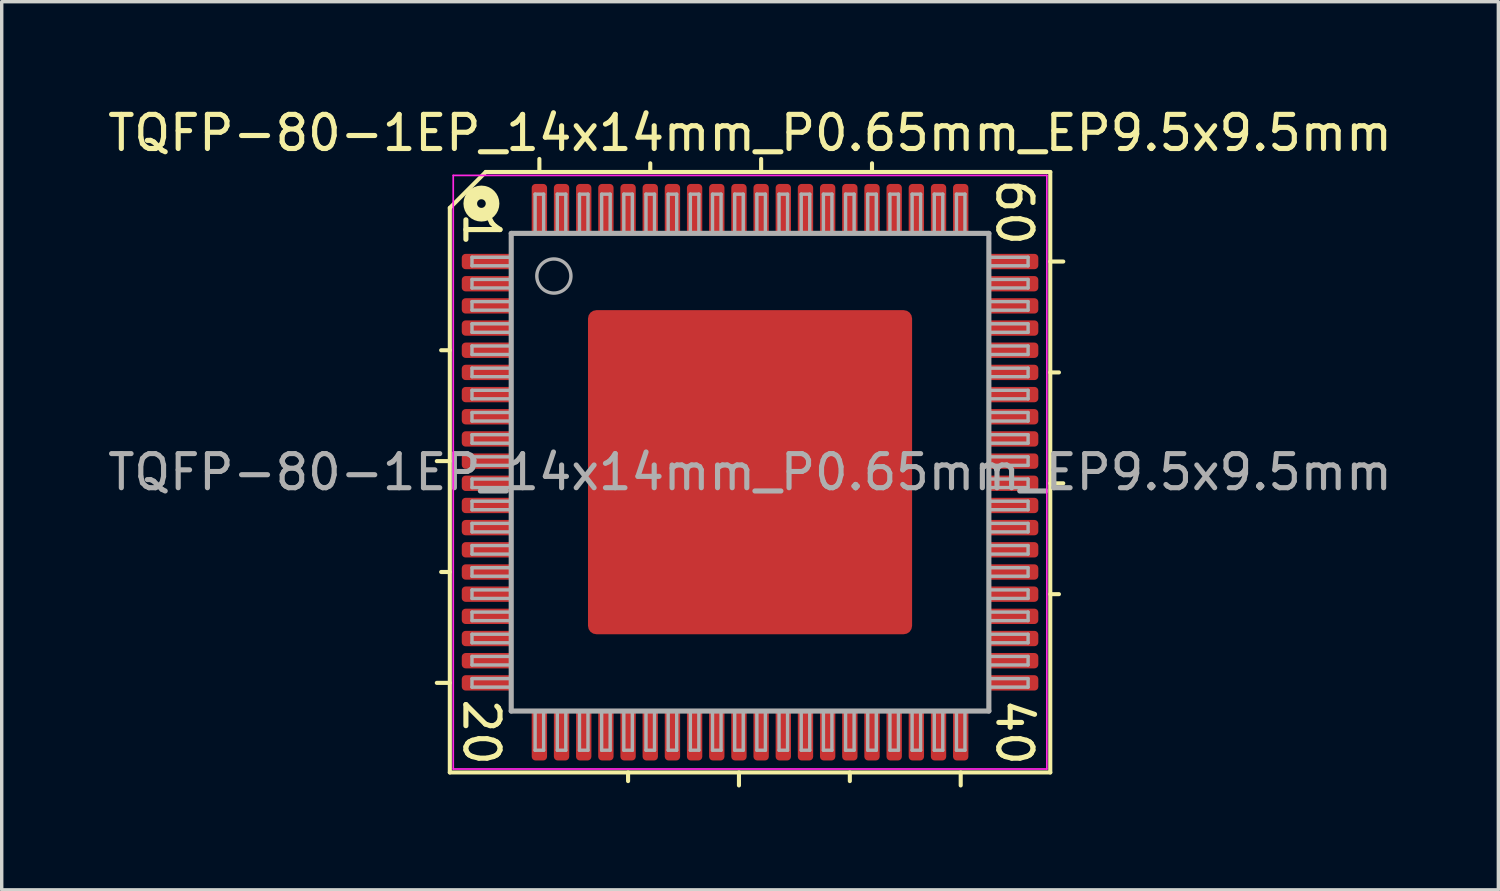
<source format=kicad_pcb>
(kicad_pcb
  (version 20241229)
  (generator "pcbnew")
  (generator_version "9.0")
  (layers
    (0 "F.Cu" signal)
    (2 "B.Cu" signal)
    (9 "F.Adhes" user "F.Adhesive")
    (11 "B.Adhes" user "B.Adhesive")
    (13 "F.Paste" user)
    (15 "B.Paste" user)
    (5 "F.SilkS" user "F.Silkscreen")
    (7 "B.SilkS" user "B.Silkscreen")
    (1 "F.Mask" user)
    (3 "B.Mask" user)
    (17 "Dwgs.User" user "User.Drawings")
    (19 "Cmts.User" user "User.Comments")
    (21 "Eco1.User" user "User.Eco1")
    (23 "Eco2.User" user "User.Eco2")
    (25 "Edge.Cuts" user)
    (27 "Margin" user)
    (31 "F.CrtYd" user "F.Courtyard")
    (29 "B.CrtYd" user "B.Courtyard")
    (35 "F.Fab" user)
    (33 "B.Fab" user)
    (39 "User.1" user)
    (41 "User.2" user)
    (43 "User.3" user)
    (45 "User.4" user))
  (footprint "TQFP-80-1EP_14x14mm_P0.65mm_EP9.5x9.5mm"
    (layer "F.Cu")
    (at 18.935 10.791)
    (property "Reference" "TQFP-80-1EP_14x14mm_P0.65mm_EP9.5x9.5mm" (at 0 -9.943 0) (layer "F.SilkS") (effects (font (size 1 1) (thickness 0.15))))
    (attr smd)
    (fp_line (start -8.8 -7.747) (end -8.8 8.8) (stroke (width 0.12) (type solid)) (layer "F.SilkS"))
    (fp_line (start -8.8 -3.575) (end -9.054 -3.575) (stroke (width 0.12) (type solid)) (layer "F.SilkS"))
    (fp_line (start -8.8 -0.325) (end -9.181 -0.325) (stroke (width 0.12) (type solid)) (layer "F.SilkS"))
    (fp_line (start -8.8 2.925) (end -9.054 2.925) (stroke (width 0.12) (type solid)) (layer "F.SilkS"))
    (fp_line (start -8.8 6.175) (end -9.181 6.175) (stroke (width 0.12) (type solid)) (layer "F.SilkS"))
    (fp_line (start -8.8 8.8) (end 8.8 8.8) (stroke (width 0.12) (type solid)) (layer "F.SilkS"))
    (fp_line (start -7.747 -8.8) (end -8.8 -7.747) (stroke (width 0.12) (type solid)) (layer "F.SilkS"))
    (fp_line (start -6.175 -8.8) (end -6.175 -9.181) (stroke (width 0.12) (type solid)) (layer "F.SilkS"))
    (fp_line (start -3.575 8.8) (end -3.575 9.054) (stroke (width 0.12) (type solid)) (layer "F.SilkS"))
    (fp_line (start -2.925 -8.8) (end -2.925 -9.054) (stroke (width 0.12) (type solid)) (layer "F.SilkS"))
    (fp_line (start -0.325 8.8) (end -0.325 9.181) (stroke (width 0.12) (type solid)) (layer "F.SilkS"))
    (fp_line (start 0.325 -8.8) (end 0.325 -9.181) (stroke (width 0.12) (type solid)) (layer "F.SilkS"))
    (fp_line (start 2.925 8.8) (end 2.925 9.054) (stroke (width 0.12) (type solid)) (layer "F.SilkS"))
    (fp_line (start 3.575 -8.8) (end 3.575 -9.054) (stroke (width 0.12) (type solid)) (layer "F.SilkS"))
    (fp_line (start 6.175 8.8) (end 6.175 9.181) (stroke (width 0.12) (type solid)) (layer "F.SilkS"))
    (fp_line (start 8.8 -8.8) (end -7.747 -8.8) (stroke (width 0.12) (type solid)) (layer "F.SilkS"))
    (fp_line (start 8.8 -6.175) (end 9.181 -6.175) (stroke (width 0.12) (type solid)) (layer "F.SilkS"))
    (fp_line (start 8.8 -2.925) (end 9.054 -2.925) (stroke (width 0.12) (type solid)) (layer "F.SilkS"))
    (fp_line (start 8.8 0.325) (end 9.181 0.325) (stroke (width 0.12) (type solid)) (layer "F.SilkS"))
    (fp_line (start 8.8 3.575) (end 9.054 3.575) (stroke (width 0.12) (type solid)) (layer "F.SilkS"))
    (fp_line (start 8.8 8.8) (end 8.8 -8.8) (stroke (width 0.12) (type solid)) (layer "F.SilkS"))
    (fp_circle (center -7.874 -7.874) (end -7.747 -7.874) (stroke (width 0.4) (type solid)) (fill no) (layer "F.SilkS"))
    (fp_line (start -8.7 -8.7) (end -8.7 8.7) (stroke (width 0.05) (type solid)) (layer "F.CrtYd"))
    (fp_line (start -8.7 -8.7) (end 8.7 -8.7) (stroke (width 0.05) (type solid)) (layer "F.CrtYd"))
    (fp_line (start -8.7 8.7) (end 8.7 8.7) (stroke (width 0.05) (type solid)) (layer "F.CrtYd"))
    (fp_line (start 8.7 -8.7) (end 8.7 8.7) (stroke (width 0.05) (type solid)) (layer "F.CrtYd"))
    (fp_line (start -8.15 -6.3) (end -8.15 -6.05) (stroke (width 0.1) (type solid)) (layer "F.Fab"))
    (fp_line (start -8.15 -6.3) (end -7 -6.3) (stroke (width 0.1) (type solid)) (layer "F.Fab"))
    (fp_line (start -8.15 -6.05) (end -7 -6.05) (stroke (width 0.1) (type solid)) (layer "F.Fab"))
    (fp_line (start -8.15 -5.65) (end -8.15 -5.4) (stroke (width 0.1) (type solid)) (layer "F.Fab"))
    (fp_line (start -8.15 -5.65) (end -7 -5.65) (stroke (width 0.1) (type solid)) (layer "F.Fab"))
    (fp_line (start -8.15 -5.4) (end -7 -5.4) (stroke (width 0.1) (type solid)) (layer "F.Fab"))
    (fp_line (start -8.15 -5) (end -8.15 -4.75) (stroke (width 0.1) (type solid)) (layer "F.Fab"))
    (fp_line (start -8.15 -5) (end -7 -5) (stroke (width 0.1) (type solid)) (layer "F.Fab"))
    (fp_line (start -8.15 -4.75) (end -7 -4.75) (stroke (width 0.1) (type solid)) (layer "F.Fab"))
    (fp_line (start -8.15 -4.35) (end -8.15 -4.1) (stroke (width 0.1) (type solid)) (layer "F.Fab"))
    (fp_line (start -8.15 -4.35) (end -7 -4.35) (stroke (width 0.1) (type solid)) (layer "F.Fab"))
    (fp_line (start -8.15 -4.1) (end -7 -4.1) (stroke (width 0.1) (type solid)) (layer "F.Fab"))
    (fp_line (start -8.15 -3.7) (end -8.15 -3.45) (stroke (width 0.1) (type solid)) (layer "F.Fab"))
    (fp_line (start -8.15 -3.7) (end -7 -3.7) (stroke (width 0.1) (type solid)) (layer "F.Fab"))
    (fp_line (start -8.15 -3.45) (end -7 -3.45) (stroke (width 0.1) (type solid)) (layer "F.Fab"))
    (fp_line (start -8.15 -3.05) (end -8.15 -2.8) (stroke (width 0.1) (type solid)) (layer "F.Fab"))
    (fp_line (start -8.15 -3.05) (end -7 -3.05) (stroke (width 0.1) (type solid)) (layer "F.Fab"))
    (fp_line (start -8.15 -2.8) (end -7 -2.8) (stroke (width 0.1) (type solid)) (layer "F.Fab"))
    (fp_line (start -8.15 -2.4) (end -8.15 -2.15) (stroke (width 0.1) (type solid)) (layer "F.Fab"))
    (fp_line (start -8.15 -2.4) (end -7 -2.4) (stroke (width 0.1) (type solid)) (layer "F.Fab"))
    (fp_line (start -8.15 -2.15) (end -7 -2.15) (stroke (width 0.1) (type solid)) (layer "F.Fab"))
    (fp_line (start -8.15 -1.75) (end -8.15 -1.5) (stroke (width 0.1) (type solid)) (layer "F.Fab"))
    (fp_line (start -8.15 -1.75) (end -7 -1.75) (stroke (width 0.1) (type solid)) (layer "F.Fab"))
    (fp_line (start -8.15 -1.5) (end -7 -1.5) (stroke (width 0.1) (type solid)) (layer "F.Fab"))
    (fp_line (start -8.15 -1.1) (end -8.15 -0.85) (stroke (width 0.1) (type solid)) (layer "F.Fab"))
    (fp_line (start -8.15 -1.1) (end -7 -1.1) (stroke (width 0.1) (type solid)) (layer "F.Fab"))
    (fp_line (start -8.15 -0.85) (end -7 -0.85) (stroke (width 0.1) (type solid)) (layer "F.Fab"))
    (fp_line (start -8.15 -0.45) (end -8.15 -0.2) (stroke (width 0.1) (type solid)) (layer "F.Fab"))
    (fp_line (start -8.15 -0.45) (end -7 -0.45) (stroke (width 0.1) (type solid)) (layer "F.Fab"))
    (fp_line (start -8.15 -0.2) (end -7 -0.2) (stroke (width 0.1) (type solid)) (layer "F.Fab"))
    (fp_line (start -8.15 0.2) (end -8.15 0.45) (stroke (width 0.1) (type solid)) (layer "F.Fab"))
    (fp_line (start -8.15 0.2) (end -7 0.2) (stroke (width 0.1) (type solid)) (layer "F.Fab"))
    (fp_line (start -8.15 0.45) (end -7 0.45) (stroke (width 0.1) (type solid)) (layer "F.Fab"))
    (fp_line (start -8.15 0.85) (end -8.15 1.1) (stroke (width 0.1) (type solid)) (layer "F.Fab"))
    (fp_line (start -8.15 0.85) (end -7 0.85) (stroke (width 0.1) (type solid)) (layer "F.Fab"))
    (fp_line (start -8.15 1.1) (end -7 1.1) (stroke (width 0.1) (type solid)) (layer "F.Fab"))
    (fp_line (start -8.15 1.5) (end -8.15 1.75) (stroke (width 0.1) (type solid)) (layer "F.Fab"))
    (fp_line (start -8.15 1.5) (end -7 1.5) (stroke (width 0.1) (type solid)) (layer "F.Fab"))
    (fp_line (start -8.15 1.75) (end -7 1.75) (stroke (width 0.1) (type solid)) (layer "F.Fab"))
    (fp_line (start -8.15 2.15) (end -8.15 2.4) (stroke (width 0.1) (type solid)) (layer "F.Fab"))
    (fp_line (start -8.15 2.15) (end -7 2.15) (stroke (width 0.1) (type solid)) (layer "F.Fab"))
    (fp_line (start -8.15 2.4) (end -7 2.4) (stroke (width 0.1) (type solid)) (layer "F.Fab"))
    (fp_line (start -8.15 2.8) (end -8.15 3.05) (stroke (width 0.1) (type solid)) (layer "F.Fab"))
    (fp_line (start -8.15 2.8) (end -7 2.8) (stroke (width 0.1) (type solid)) (layer "F.Fab"))
    (fp_line (start -8.15 3.05) (end -7 3.05) (stroke (width 0.1) (type solid)) (layer "F.Fab"))
    (fp_line (start -8.15 3.45) (end -8.15 3.7) (stroke (width 0.1) (type solid)) (layer "F.Fab"))
    (fp_line (start -8.15 3.45) (end -7 3.45) (stroke (width 0.1) (type solid)) (layer "F.Fab"))
    (fp_line (start -8.15 3.7) (end -7 3.7) (stroke (width 0.1) (type solid)) (layer "F.Fab"))
    (fp_line (start -8.15 4.1) (end -8.15 4.35) (stroke (width 0.1) (type solid)) (layer "F.Fab"))
    (fp_line (start -8.15 4.1) (end -7 4.1) (stroke (width 0.1) (type solid)) (layer "F.Fab"))
    (fp_line (start -8.15 4.35) (end -7 4.35) (stroke (width 0.1) (type solid)) (layer "F.Fab"))
    (fp_line (start -8.15 4.75) (end -8.15 5) (stroke (width 0.1) (type solid)) (layer "F.Fab"))
    (fp_line (start -8.15 4.75) (end -7 4.75) (stroke (width 0.1) (type solid)) (layer "F.Fab"))
    (fp_line (start -8.15 5) (end -7 5) (stroke (width 0.1) (type solid)) (layer "F.Fab"))
    (fp_line (start -8.15 5.4) (end -8.15 5.65) (stroke (width 0.1) (type solid)) (layer "F.Fab"))
    (fp_line (start -8.15 5.4) (end -7 5.4) (stroke (width 0.1) (type solid)) (layer "F.Fab"))
    (fp_line (start -8.15 5.65) (end -7 5.65) (stroke (width 0.1) (type solid)) (layer "F.Fab"))
    (fp_line (start -8.15 6.05) (end -8.15 6.3) (stroke (width 0.1) (type solid)) (layer "F.Fab"))
    (fp_line (start -8.15 6.05) (end -7 6.05) (stroke (width 0.1) (type solid)) (layer "F.Fab"))
    (fp_line (start -8.15 6.3) (end -7 6.3) (stroke (width 0.1) (type solid)) (layer "F.Fab"))
    (fp_line (start -7 -7) (end 7 -7) (stroke (width 0.15) (type solid)) (layer "F.Fab"))
    (fp_line (start -7 7) (end -7 -7) (stroke (width 0.15) (type solid)) (layer "F.Fab"))
    (fp_line (start -6.3 -8.15) (end -6.3 -7) (stroke (width 0.1) (type solid)) (layer "F.Fab"))
    (fp_line (start -6.3 8.15) (end -6.3 7) (stroke (width 0.1) (type solid)) (layer "F.Fab"))
    (fp_line (start -6.3 8.15) (end -6.05 8.15) (stroke (width 0.1) (type solid)) (layer "F.Fab"))
    (fp_line (start -6.05 -8.15) (end -6.3 -8.15) (stroke (width 0.1) (type solid)) (layer "F.Fab"))
    (fp_line (start -6.05 -8.15) (end -6.05 -7) (stroke (width 0.1) (type solid)) (layer "F.Fab"))
    (fp_line (start -6.05 8.15) (end -6.05 7) (stroke (width 0.1) (type solid)) (layer "F.Fab"))
    (fp_line (start -5.65 -8.15) (end -5.65 -7) (stroke (width 0.1) (type solid)) (layer "F.Fab"))
    (fp_line (start -5.65 8.15) (end -5.65 7) (stroke (width 0.1) (type solid)) (layer "F.Fab"))
    (fp_line (start -5.65 8.15) (end -5.4 8.15) (stroke (width 0.1) (type solid)) (layer "F.Fab"))
    (fp_line (start -5.4 -8.15) (end -5.65 -8.15) (stroke (width 0.1) (type solid)) (layer "F.Fab"))
    (fp_line (start -5.4 -8.15) (end -5.4 -7) (stroke (width 0.1) (type solid)) (layer "F.Fab"))
    (fp_line (start -5.4 8.15) (end -5.4 7) (stroke (width 0.1) (type solid)) (layer "F.Fab"))
    (fp_line (start -5 -8.15) (end -5 -7) (stroke (width 0.1) (type solid)) (layer "F.Fab"))
    (fp_line (start -5 8.15) (end -5 7) (stroke (width 0.1) (type solid)) (layer "F.Fab"))
    (fp_line (start -5 8.15) (end -4.75 8.15) (stroke (width 0.1) (type solid)) (layer "F.Fab"))
    (fp_line (start -4.75 -8.15) (end -5 -8.15) (stroke (width 0.1) (type solid)) (layer "F.Fab"))
    (fp_line (start -4.75 -8.15) (end -4.75 -7) (stroke (width 0.1) (type solid)) (layer "F.Fab"))
    (fp_line (start -4.75 8.15) (end -4.75 7) (stroke (width 0.1) (type solid)) (layer "F.Fab"))
    (fp_line (start -4.35 -8.15) (end -4.35 -7) (stroke (width 0.1) (type solid)) (layer "F.Fab"))
    (fp_line (start -4.35 8.15) (end -4.35 7) (stroke (width 0.1) (type solid)) (layer "F.Fab"))
    (fp_line (start -4.35 8.15) (end -4.1 8.15) (stroke (width 0.1) (type solid)) (layer "F.Fab"))
    (fp_line (start -4.1 -8.15) (end -4.35 -8.15) (stroke (width 0.1) (type solid)) (layer "F.Fab"))
    (fp_line (start -4.1 -8.15) (end -4.1 -7) (stroke (width 0.1) (type solid)) (layer "F.Fab"))
    (fp_line (start -4.1 8.15) (end -4.1 7) (stroke (width 0.1) (type solid)) (layer "F.Fab"))
    (fp_line (start -3.7 -8.15) (end -3.7 -7) (stroke (width 0.1) (type solid)) (layer "F.Fab"))
    (fp_line (start -3.7 8.15) (end -3.7 7) (stroke (width 0.1) (type solid)) (layer "F.Fab"))
    (fp_line (start -3.7 8.15) (end -3.45 8.15) (stroke (width 0.1) (type solid)) (layer "F.Fab"))
    (fp_line (start -3.45 -8.15) (end -3.7 -8.15) (stroke (width 0.1) (type solid)) (layer "F.Fab"))
    (fp_line (start -3.45 -8.15) (end -3.45 -7) (stroke (width 0.1) (type solid)) (layer "F.Fab"))
    (fp_line (start -3.45 8.15) (end -3.45 7) (stroke (width 0.1) (type solid)) (layer "F.Fab"))
    (fp_line (start -3.05 -8.15) (end -3.05 -7) (stroke (width 0.1) (type solid)) (layer "F.Fab"))
    (fp_line (start -3.05 8.15) (end -3.05 7) (stroke (width 0.1) (type solid)) (layer "F.Fab"))
    (fp_line (start -3.05 8.15) (end -2.8 8.15) (stroke (width 0.1) (type solid)) (layer "F.Fab"))
    (fp_line (start -2.8 -8.15) (end -3.05 -8.15) (stroke (width 0.1) (type solid)) (layer "F.Fab"))
    (fp_line (start -2.8 -8.15) (end -2.8 -7) (stroke (width 0.1) (type solid)) (layer "F.Fab"))
    (fp_line (start -2.8 8.15) (end -2.8 7) (stroke (width 0.1) (type solid)) (layer "F.Fab"))
    (fp_line (start -2.4 -8.15) (end -2.4 -7) (stroke (width 0.1) (type solid)) (layer "F.Fab"))
    (fp_line (start -2.4 8.15) (end -2.4 7) (stroke (width 0.1) (type solid)) (layer "F.Fab"))
    (fp_line (start -2.4 8.15) (end -2.15 8.15) (stroke (width 0.1) (type solid)) (layer "F.Fab"))
    (fp_line (start -2.15 -8.15) (end -2.4 -8.15) (stroke (width 0.1) (type solid)) (layer "F.Fab"))
    (fp_line (start -2.15 -8.15) (end -2.15 -7) (stroke (width 0.1) (type solid)) (layer "F.Fab"))
    (fp_line (start -2.15 8.15) (end -2.15 7) (stroke (width 0.1) (type solid)) (layer "F.Fab"))
    (fp_line (start -1.75 -8.15) (end -1.75 -7) (stroke (width 0.1) (type solid)) (layer "F.Fab"))
    (fp_line (start -1.75 8.15) (end -1.75 7) (stroke (width 0.1) (type solid)) (layer "F.Fab"))
    (fp_line (start -1.75 8.15) (end -1.5 8.15) (stroke (width 0.1) (type solid)) (layer "F.Fab"))
    (fp_line (start -1.5 -8.15) (end -1.75 -8.15) (stroke (width 0.1) (type solid)) (layer "F.Fab"))
    (fp_line (start -1.5 -8.15) (end -1.5 -7) (stroke (width 0.1) (type solid)) (layer "F.Fab"))
    (fp_line (start -1.5 8.15) (end -1.5 7) (stroke (width 0.1) (type solid)) (layer "F.Fab"))
    (fp_line (start -1.1 -8.15) (end -1.1 -7) (stroke (width 0.1) (type solid)) (layer "F.Fab"))
    (fp_line (start -1.1 8.15) (end -1.1 7) (stroke (width 0.1) (type solid)) (layer "F.Fab"))
    (fp_line (start -1.1 8.15) (end -0.85 8.15) (stroke (width 0.1) (type solid)) (layer "F.Fab"))
    (fp_line (start -0.85 -8.15) (end -1.1 -8.15) (stroke (width 0.1) (type solid)) (layer "F.Fab"))
    (fp_line (start -0.85 -8.15) (end -0.85 -7) (stroke (width 0.1) (type solid)) (layer "F.Fab"))
    (fp_line (start -0.85 8.15) (end -0.85 7) (stroke (width 0.1) (type solid)) (layer "F.Fab"))
    (fp_line (start -0.45 -8.15) (end -0.45 -7) (stroke (width 0.1) (type solid)) (layer "F.Fab"))
    (fp_line (start -0.45 8.15) (end -0.45 7) (stroke (width 0.1) (type solid)) (layer "F.Fab"))
    (fp_line (start -0.45 8.15) (end -0.2 8.15) (stroke (width 0.1) (type solid)) (layer "F.Fab"))
    (fp_line (start -0.2 -8.15) (end -0.45 -8.15) (stroke (width 0.1) (type solid)) (layer "F.Fab"))
    (fp_line (start -0.2 -8.15) (end -0.2 -7) (stroke (width 0.1) (type solid)) (layer "F.Fab"))
    (fp_line (start -0.2 8.15) (end -0.2 7) (stroke (width 0.1) (type solid)) (layer "F.Fab"))
    (fp_line (start 0.2 -8.15) (end 0.2 -7) (stroke (width 0.1) (type solid)) (layer "F.Fab"))
    (fp_line (start 0.2 8.15) (end 0.2 7) (stroke (width 0.1) (type solid)) (layer "F.Fab"))
    (fp_line (start 0.2 8.15) (end 0.45 8.15) (stroke (width 0.1) (type solid)) (layer "F.Fab"))
    (fp_line (start 0.45 -8.15) (end 0.2 -8.15) (stroke (width 0.1) (type solid)) (layer "F.Fab"))
    (fp_line (start 0.45 -8.15) (end 0.45 -7) (stroke (width 0.1) (type solid)) (layer "F.Fab"))
    (fp_line (start 0.45 8.15) (end 0.45 7) (stroke (width 0.1) (type solid)) (layer "F.Fab"))
    (fp_line (start 0.85 -8.15) (end 0.85 -7) (stroke (width 0.1) (type solid)) (layer "F.Fab"))
    (fp_line (start 0.85 8.15) (end 0.85 7) (stroke (width 0.1) (type solid)) (layer "F.Fab"))
    (fp_line (start 0.85 8.15) (end 1.1 8.15) (stroke (width 0.1) (type solid)) (layer "F.Fab"))
    (fp_line (start 1.1 -8.15) (end 0.85 -8.15) (stroke (width 0.1) (type solid)) (layer "F.Fab"))
    (fp_line (start 1.1 -8.15) (end 1.1 -7) (stroke (width 0.1) (type solid)) (layer "F.Fab"))
    (fp_line (start 1.1 8.15) (end 1.1 7) (stroke (width 0.1) (type solid)) (layer "F.Fab"))
    (fp_line (start 1.5 -8.15) (end 1.5 -7) (stroke (width 0.1) (type solid)) (layer "F.Fab"))
    (fp_line (start 1.5 8.15) (end 1.5 7) (stroke (width 0.1) (type solid)) (layer "F.Fab"))
    (fp_line (start 1.5 8.15) (end 1.75 8.15) (stroke (width 0.1) (type solid)) (layer "F.Fab"))
    (fp_line (start 1.75 -8.15) (end 1.5 -8.15) (stroke (width 0.1) (type solid)) (layer "F.Fab"))
    (fp_line (start 1.75 -8.15) (end 1.75 -7) (stroke (width 0.1) (type solid)) (layer "F.Fab"))
    (fp_line (start 1.75 8.15) (end 1.75 7) (stroke (width 0.1) (type solid)) (layer "F.Fab"))
    (fp_line (start 2.15 -8.15) (end 2.15 -7) (stroke (width 0.1) (type solid)) (layer "F.Fab"))
    (fp_line (start 2.15 8.15) (end 2.15 7) (stroke (width 0.1) (type solid)) (layer "F.Fab"))
    (fp_line (start 2.15 8.15) (end 2.4 8.15) (stroke (width 0.1) (type solid)) (layer "F.Fab"))
    (fp_line (start 2.4 -8.15) (end 2.15 -8.15) (stroke (width 0.1) (type solid)) (layer "F.Fab"))
    (fp_line (start 2.4 -8.15) (end 2.4 -7) (stroke (width 0.1) (type solid)) (layer "F.Fab"))
    (fp_line (start 2.4 8.15) (end 2.4 7) (stroke (width 0.1) (type solid)) (layer "F.Fab"))
    (fp_line (start 2.8 -8.15) (end 2.8 -7) (stroke (width 0.1) (type solid)) (layer "F.Fab"))
    (fp_line (start 2.8 8.15) (end 2.8 7) (stroke (width 0.1) (type solid)) (layer "F.Fab"))
    (fp_line (start 2.8 8.15) (end 3.05 8.15) (stroke (width 0.1) (type solid)) (layer "F.Fab"))
    (fp_line (start 3.05 -8.15) (end 2.8 -8.15) (stroke (width 0.1) (type solid)) (layer "F.Fab"))
    (fp_line (start 3.05 -8.15) (end 3.05 -7) (stroke (width 0.1) (type solid)) (layer "F.Fab"))
    (fp_line (start 3.05 8.15) (end 3.05 7) (stroke (width 0.1) (type solid)) (layer "F.Fab"))
    (fp_line (start 3.45 -8.15) (end 3.45 -7) (stroke (width 0.1) (type solid)) (layer "F.Fab"))
    (fp_line (start 3.45 8.15) (end 3.45 7) (stroke (width 0.1) (type solid)) (layer "F.Fab"))
    (fp_line (start 3.45 8.15) (end 3.7 8.15) (stroke (width 0.1) (type solid)) (layer "F.Fab"))
    (fp_line (start 3.7 -8.15) (end 3.45 -8.15) (stroke (width 0.1) (type solid)) (layer "F.Fab"))
    (fp_line (start 3.7 -8.15) (end 3.7 -7) (stroke (width 0.1) (type solid)) (layer "F.Fab"))
    (fp_line (start 3.7 8.15) (end 3.7 7) (stroke (width 0.1) (type solid)) (layer "F.Fab"))
    (fp_line (start 4.1 -8.15) (end 4.1 -7) (stroke (width 0.1) (type solid)) (layer "F.Fab"))
    (fp_line (start 4.1 8.15) (end 4.1 7) (stroke (width 0.1) (type solid)) (layer "F.Fab"))
    (fp_line (start 4.1 8.15) (end 4.35 8.15) (stroke (width 0.1) (type solid)) (layer "F.Fab"))
    (fp_line (start 4.35 -8.15) (end 4.1 -8.15) (stroke (width 0.1) (type solid)) (layer "F.Fab"))
    (fp_line (start 4.35 -8.15) (end 4.35 -7) (stroke (width 0.1) (type solid)) (layer "F.Fab"))
    (fp_line (start 4.35 8.15) (end 4.35 7) (stroke (width 0.1) (type solid)) (layer "F.Fab"))
    (fp_line (start 4.75 -8.15) (end 4.75 -7) (stroke (width 0.1) (type solid)) (layer "F.Fab"))
    (fp_line (start 4.75 8.15) (end 4.75 7) (stroke (width 0.1) (type solid)) (layer "F.Fab"))
    (fp_line (start 4.75 8.15) (end 5 8.15) (stroke (width 0.1) (type solid)) (layer "F.Fab"))
    (fp_line (start 5 -8.15) (end 4.75 -8.15) (stroke (width 0.1) (type solid)) (layer "F.Fab"))
    (fp_line (start 5 -8.15) (end 5 -7) (stroke (width 0.1) (type solid)) (layer "F.Fab"))
    (fp_line (start 5 8.15) (end 5 7) (stroke (width 0.1) (type solid)) (layer "F.Fab"))
    (fp_line (start 5.4 -8.15) (end 5.4 -7) (stroke (width 0.1) (type solid)) (layer "F.Fab"))
    (fp_line (start 5.4 8.15) (end 5.4 7) (stroke (width 0.1) (type solid)) (layer "F.Fab"))
    (fp_line (start 5.4 8.15) (end 5.65 8.15) (stroke (width 0.1) (type solid)) (layer "F.Fab"))
    (fp_line (start 5.65 -8.15) (end 5.4 -8.15) (stroke (width 0.1) (type solid)) (layer "F.Fab"))
    (fp_line (start 5.65 -8.15) (end 5.65 -7) (stroke (width 0.1) (type solid)) (layer "F.Fab"))
    (fp_line (start 5.65 8.15) (end 5.65 7) (stroke (width 0.1) (type solid)) (layer "F.Fab"))
    (fp_line (start 6.05 -8.15) (end 6.05 -7) (stroke (width 0.1) (type solid)) (layer "F.Fab"))
    (fp_line (start 6.05 8.15) (end 6.05 7) (stroke (width 0.1) (type solid)) (layer "F.Fab"))
    (fp_line (start 6.05 8.15) (end 6.3 8.15) (stroke (width 0.1) (type solid)) (layer "F.Fab"))
    (fp_line (start 6.3 -8.15) (end 6.05 -8.15) (stroke (width 0.1) (type solid)) (layer "F.Fab"))
    (fp_line (start 6.3 -8.15) (end 6.3 -7) (stroke (width 0.1) (type solid)) (layer "F.Fab"))
    (fp_line (start 6.3 8.15) (end 6.3 7) (stroke (width 0.1) (type solid)) (layer "F.Fab"))
    (fp_line (start 7 -7) (end 7 7) (stroke (width 0.15) (type solid)) (layer "F.Fab"))
    (fp_line (start 7 7) (end -7 7) (stroke (width 0.15) (type solid)) (layer "F.Fab"))
    (fp_line (start 8.15 -6.3) (end 7 -6.3) (stroke (width 0.1) (type solid)) (layer "F.Fab"))
    (fp_line (start 8.15 -6.05) (end 7 -6.05) (stroke (width 0.1) (type solid)) (layer "F.Fab"))
    (fp_line (start 8.15 -6.05) (end 8.15 -6.3) (stroke (width 0.1) (type solid)) (layer "F.Fab"))
    (fp_line (start 8.15 -5.65) (end 7 -5.65) (stroke (width 0.1) (type solid)) (layer "F.Fab"))
    (fp_line (start 8.15 -5.4) (end 7 -5.4) (stroke (width 0.1) (type solid)) (layer "F.Fab"))
    (fp_line (start 8.15 -5.4) (end 8.15 -5.65) (stroke (width 0.1) (type solid)) (layer "F.Fab"))
    (fp_line (start 8.15 -5) (end 7 -5) (stroke (width 0.1) (type solid)) (layer "F.Fab"))
    (fp_line (start 8.15 -4.75) (end 7 -4.75) (stroke (width 0.1) (type solid)) (layer "F.Fab"))
    (fp_line (start 8.15 -4.75) (end 8.15 -5) (stroke (width 0.1) (type solid)) (layer "F.Fab"))
    (fp_line (start 8.15 -4.35) (end 7 -4.35) (stroke (width 0.1) (type solid)) (layer "F.Fab"))
    (fp_line (start 8.15 -4.1) (end 7 -4.1) (stroke (width 0.1) (type solid)) (layer "F.Fab"))
    (fp_line (start 8.15 -4.1) (end 8.15 -4.35) (stroke (width 0.1) (type solid)) (layer "F.Fab"))
    (fp_line (start 8.15 -3.7) (end 7 -3.7) (stroke (width 0.1) (type solid)) (layer "F.Fab"))
    (fp_line (start 8.15 -3.45) (end 7 -3.45) (stroke (width 0.1) (type solid)) (layer "F.Fab"))
    (fp_line (start 8.15 -3.45) (end 8.15 -3.7) (stroke (width 0.1) (type solid)) (layer "F.Fab"))
    (fp_line (start 8.15 -3.05) (end 7 -3.05) (stroke (width 0.1) (type solid)) (layer "F.Fab"))
    (fp_line (start 8.15 -2.8) (end 7 -2.8) (stroke (width 0.1) (type solid)) (layer "F.Fab"))
    (fp_line (start 8.15 -2.8) (end 8.15 -3.05) (stroke (width 0.1) (type solid)) (layer "F.Fab"))
    (fp_line (start 8.15 -2.4) (end 7 -2.4) (stroke (width 0.1) (type solid)) (layer "F.Fab"))
    (fp_line (start 8.15 -2.15) (end 7 -2.15) (stroke (width 0.1) (type solid)) (layer "F.Fab"))
    (fp_line (start 8.15 -2.15) (end 8.15 -2.4) (stroke (width 0.1) (type solid)) (layer "F.Fab"))
    (fp_line (start 8.15 -1.75) (end 7 -1.75) (stroke (width 0.1) (type solid)) (layer "F.Fab"))
    (fp_line (start 8.15 -1.5) (end 7 -1.5) (stroke (width 0.1) (type solid)) (layer "F.Fab"))
    (fp_line (start 8.15 -1.5) (end 8.15 -1.75) (stroke (width 0.1) (type solid)) (layer "F.Fab"))
    (fp_line (start 8.15 -1.1) (end 7 -1.1) (stroke (width 0.1) (type solid)) (layer "F.Fab"))
    (fp_line (start 8.15 -0.85) (end 7 -0.85) (stroke (width 0.1) (type solid)) (layer "F.Fab"))
    (fp_line (start 8.15 -0.85) (end 8.15 -1.1) (stroke (width 0.1) (type solid)) (layer "F.Fab"))
    (fp_line (start 8.15 -0.45) (end 7 -0.45) (stroke (width 0.1) (type solid)) (layer "F.Fab"))
    (fp_line (start 8.15 -0.2) (end 7 -0.2) (stroke (width 0.1) (type solid)) (layer "F.Fab"))
    (fp_line (start 8.15 -0.2) (end 8.15 -0.45) (stroke (width 0.1) (type solid)) (layer "F.Fab"))
    (fp_line (start 8.15 0.2) (end 7 0.2) (stroke (width 0.1) (type solid)) (layer "F.Fab"))
    (fp_line (start 8.15 0.45) (end 7 0.45) (stroke (width 0.1) (type solid)) (layer "F.Fab"))
    (fp_line (start 8.15 0.45) (end 8.15 0.2) (stroke (width 0.1) (type solid)) (layer "F.Fab"))
    (fp_line (start 8.15 0.85) (end 7 0.85) (stroke (width 0.1) (type solid)) (layer "F.Fab"))
    (fp_line (start 8.15 1.1) (end 7 1.1) (stroke (width 0.1) (type solid)) (layer "F.Fab"))
    (fp_line (start 8.15 1.1) (end 8.15 0.85) (stroke (width 0.1) (type solid)) (layer "F.Fab"))
    (fp_line (start 8.15 1.5) (end 7 1.5) (stroke (width 0.1) (type solid)) (layer "F.Fab"))
    (fp_line (start 8.15 1.75) (end 7 1.75) (stroke (width 0.1) (type solid)) (layer "F.Fab"))
    (fp_line (start 8.15 1.75) (end 8.15 1.5) (stroke (width 0.1) (type solid)) (layer "F.Fab"))
    (fp_line (start 8.15 2.15) (end 7 2.15) (stroke (width 0.1) (type solid)) (layer "F.Fab"))
    (fp_line (start 8.15 2.4) (end 7 2.4) (stroke (width 0.1) (type solid)) (layer "F.Fab"))
    (fp_line (start 8.15 2.4) (end 8.15 2.15) (stroke (width 0.1) (type solid)) (layer "F.Fab"))
    (fp_line (start 8.15 2.8) (end 7 2.8) (stroke (width 0.1) (type solid)) (layer "F.Fab"))
    (fp_line (start 8.15 3.05) (end 7 3.05) (stroke (width 0.1) (type solid)) (layer "F.Fab"))
    (fp_line (start 8.15 3.05) (end 8.15 2.8) (stroke (width 0.1) (type solid)) (layer "F.Fab"))
    (fp_line (start 8.15 3.45) (end 7 3.45) (stroke (width 0.1) (type solid)) (layer "F.Fab"))
    (fp_line (start 8.15 3.7) (end 7 3.7) (stroke (width 0.1) (type solid)) (layer "F.Fab"))
    (fp_line (start 8.15 3.7) (end 8.15 3.45) (stroke (width 0.1) (type solid)) (layer "F.Fab"))
    (fp_line (start 8.15 4.1) (end 7 4.1) (stroke (width 0.1) (type solid)) (layer "F.Fab"))
    (fp_line (start 8.15 4.35) (end 7 4.35) (stroke (width 0.1) (type solid)) (layer "F.Fab"))
    (fp_line (start 8.15 4.35) (end 8.15 4.1) (stroke (width 0.1) (type solid)) (layer "F.Fab"))
    (fp_line (start 8.15 4.75) (end 7 4.75) (stroke (width 0.1) (type solid)) (layer "F.Fab"))
    (fp_line (start 8.15 5) (end 7 5) (stroke (width 0.1) (type solid)) (layer "F.Fab"))
    (fp_line (start 8.15 5) (end 8.15 4.75) (stroke (width 0.1) (type solid)) (layer "F.Fab"))
    (fp_line (start 8.15 5.4) (end 7 5.4) (stroke (width 0.1) (type solid)) (layer "F.Fab"))
    (fp_line (start 8.15 5.65) (end 7 5.65) (stroke (width 0.1) (type solid)) (layer "F.Fab"))
    (fp_line (start 8.15 5.65) (end 8.15 5.4) (stroke (width 0.1) (type solid)) (layer "F.Fab"))
    (fp_line (start 8.15 6.05) (end 7 6.05) (stroke (width 0.1) (type solid)) (layer "F.Fab"))
    (fp_line (start 8.15 6.3) (end 7 6.3) (stroke (width 0.1) (type solid)) (layer "F.Fab"))
    (fp_line (start 8.15 6.3) (end 8.15 6.05) (stroke (width 0.1) (type solid)) (layer "F.Fab"))
    (fp_circle (center -5.75 -5.75) (end -5.25 -5.75) (stroke (width 0.1) (type solid)) (fill no) (layer "F.Fab"))
    (fp_text user "1" (at -7.874 -7.112 270) (unlocked yes) (layer "F.SilkS") (effects (font (size 1 1) (thickness 0.15))))
    (fp_text user "40" (at 7.747 7.62 270) (unlocked yes) (layer "F.SilkS") (effects (font (size 1 1) (thickness 0.15))))
    (fp_text user "60" (at 7.747 -7.62 270) (unlocked yes) (layer "F.SilkS") (effects (font (size 1 1) (thickness 0.15))))
    (fp_text user "20" (at -7.874 7.62 270) (unlocked yes) (layer "F.SilkS") (effects (font (size 1 1) (thickness 0.15))))
    (fp_text user "${REFERENCE}" (at 0 0 0) (layer "F.Fab") (effects (font (size 1 1) (thickness 0.15))))
    (pad "" smd roundrect (at -3.8 -3.8) (size 1.6 1.6) (layers "F.Paste") (roundrect_rratio 0.25))
    (pad "" smd roundrect (at -3.8 -1.9) (size 1.6 1.6) (layers "F.Paste") (roundrect_rratio 0.25))
    (pad "" smd roundrect (at -3.8 0) (size 1.6 1.6) (layers "F.Paste") (roundrect_rratio 0.25))
    (pad "" smd roundrect (at -3.8 1.9) (size 1.6 1.6) (layers "F.Paste") (roundrect_rratio 0.25))
    (pad "" smd roundrect (at -3.8 3.8) (size 1.6 1.6) (layers "F.Paste") (roundrect_rratio 0.25))
    (pad "" smd roundrect (at -1.9 -3.8) (size 1.6 1.6) (layers "F.Paste") (roundrect_rratio 0.25))
    (pad "" smd roundrect (at -1.9 -1.9) (size 1.6 1.6) (layers "F.Paste") (roundrect_rratio 0.25))
    (pad "" smd roundrect (at -1.9 0) (size 1.6 1.6) (layers "F.Paste") (roundrect_rratio 0.25))
    (pad "" smd roundrect (at -1.9 1.9) (size 1.6 1.6) (layers "F.Paste") (roundrect_rratio 0.25))
    (pad "" smd roundrect (at -1.9 3.8) (size 1.6 1.6) (layers "F.Paste") (roundrect_rratio 0.25))
    (pad "" smd roundrect (at 0 -3.8) (size 1.6 1.6) (layers "F.Paste") (roundrect_rratio 0.25))
    (pad "" smd roundrect (at 0 -1.9) (size 1.6 1.6) (layers "F.Paste") (roundrect_rratio 0.25))
    (pad "" smd roundrect (at 0 0) (size 1.6 1.6) (layers "F.Paste") (roundrect_rratio 0.25))
    (pad "" smd roundrect (at 0 1.9) (size 1.6 1.6) (layers "F.Paste") (roundrect_rratio 0.25))
    (pad "" smd roundrect (at 0 3.8) (size 1.6 1.6) (layers "F.Paste") (roundrect_rratio 0.25))
    (pad "" smd roundrect (at 1.9 -3.8) (size 1.6 1.6) (layers "F.Paste") (roundrect_rratio 0.25))
    (pad "" smd roundrect (at 1.9 -1.9) (size 1.6 1.6) (layers "F.Paste") (roundrect_rratio 0.25))
    (pad "" smd roundrect (at 1.9 0) (size 1.6 1.6) (layers "F.Paste") (roundrect_rratio 0.25))
    (pad "" smd roundrect (at 1.9 1.9) (size 1.6 1.6) (layers "F.Paste") (roundrect_rratio 0.25))
    (pad "" smd roundrect (at 1.9 3.8) (size 1.6 1.6) (layers "F.Paste") (roundrect_rratio 0.25))
    (pad "" smd roundrect (at 3.8 -3.8) (size 1.6 1.6) (layers "F.Paste") (roundrect_rratio 0.25))
    (pad "" smd roundrect (at 3.8 -1.9) (size 1.6 1.6) (layers "F.Paste") (roundrect_rratio 0.25))
    (pad "" smd roundrect (at 3.8 0) (size 1.6 1.6) (layers "F.Paste") (roundrect_rratio 0.25))
    (pad "" smd roundrect (at 3.8 1.9) (size 1.6 1.6) (layers "F.Paste") (roundrect_rratio 0.25))
    (pad "" smd roundrect (at 3.8 3.8) (size 1.6 1.6) (layers "F.Paste") (roundrect_rratio 0.25))
    (pad "1" smd roundrect (at -7.7 -6.175) (size 1.5 0.45) (layers "F.Cu" "F.Mask" "F.Paste") (roundrect_rratio 0.25))
    (pad "2" smd roundrect (at -7.7 -5.525) (size 1.5 0.45) (layers "F.Cu" "F.Mask" "F.Paste") (roundrect_rratio 0.25))
    (pad "3" smd roundrect (at -7.7 -4.875) (size 1.5 0.45) (layers "F.Cu" "F.Mask" "F.Paste") (roundrect_rratio 0.25))
    (pad "4" smd roundrect (at -7.7 -4.225) (size 1.5 0.45) (layers "F.Cu" "F.Mask" "F.Paste") (roundrect_rratio 0.25))
    (pad "5" smd roundrect (at -7.7 -3.575) (size 1.5 0.45) (layers "F.Cu" "F.Mask" "F.Paste") (roundrect_rratio 0.25))
    (pad "6" smd roundrect (at -7.7 -2.925) (size 1.5 0.45) (layers "F.Cu" "F.Mask" "F.Paste") (roundrect_rratio 0.25))
    (pad "7" smd roundrect (at -7.7 -2.275) (size 1.5 0.45) (layers "F.Cu" "F.Mask" "F.Paste") (roundrect_rratio 0.25))
    (pad "8" smd roundrect (at -7.7 -1.625) (size 1.5 0.45) (layers "F.Cu" "F.Mask" "F.Paste") (roundrect_rratio 0.25))
    (pad "9" smd roundrect (at -7.7 -0.975) (size 1.5 0.45) (layers "F.Cu" "F.Mask" "F.Paste") (roundrect_rratio 0.25))
    (pad "10" smd roundrect (at -7.7 -0.325) (size 1.5 0.45) (layers "F.Cu" "F.Mask" "F.Paste") (roundrect_rratio 0.25))
    (pad "11" smd roundrect (at -7.7 0.325) (size 1.5 0.45) (layers "F.Cu" "F.Mask" "F.Paste") (roundrect_rratio 0.25))
    (pad "12" smd roundrect (at -7.7 0.975) (size 1.5 0.45) (layers "F.Cu" "F.Mask" "F.Paste") (roundrect_rratio 0.25))
    (pad "13" smd roundrect (at -7.7 1.625) (size 1.5 0.45) (layers "F.Cu" "F.Mask" "F.Paste") (roundrect_rratio 0.25))
    (pad "14" smd roundrect (at -7.7 2.275) (size 1.5 0.45) (layers "F.Cu" "F.Mask" "F.Paste") (roundrect_rratio 0.25))
    (pad "15" smd roundrect (at -7.7 2.925) (size 1.5 0.45) (layers "F.Cu" "F.Mask" "F.Paste") (roundrect_rratio 0.25))
    (pad "16" smd roundrect (at -7.7 3.575) (size 1.5 0.45) (layers "F.Cu" "F.Mask" "F.Paste") (roundrect_rratio 0.25))
    (pad "17" smd roundrect (at -7.7 4.225) (size 1.5 0.45) (layers "F.Cu" "F.Mask" "F.Paste") (roundrect_rratio 0.25))
    (pad "18" smd roundrect (at -7.7 4.875) (size 1.5 0.45) (layers "F.Cu" "F.Mask" "F.Paste") (roundrect_rratio 0.25))
    (pad "19" smd roundrect (at -7.7 5.525) (size 1.5 0.45) (layers "F.Cu" "F.Mask" "F.Paste") (roundrect_rratio 0.25))
    (pad "20" smd roundrect (at -7.7 6.175) (size 1.5 0.45) (layers "F.Cu" "F.Mask" "F.Paste") (roundrect_rratio 0.25))
    (pad "21" smd roundrect (at -6.175 7.7 90) (size 1.5 0.45) (layers "F.Cu" "F.Mask" "F.Paste") (roundrect_rratio 0.25))
    (pad "22" smd roundrect (at -5.525 7.7 90) (size 1.5 0.45) (layers "F.Cu" "F.Mask" "F.Paste") (roundrect_rratio 0.25))
    (pad "23" smd roundrect (at -4.875 7.7 90) (size 1.5 0.45) (layers "F.Cu" "F.Mask" "F.Paste") (roundrect_rratio 0.25))
    (pad "24" smd roundrect (at -4.225 7.7 90) (size 1.5 0.45) (layers "F.Cu" "F.Mask" "F.Paste") (roundrect_rratio 0.25))
    (pad "25" smd roundrect (at -3.575 7.7 90) (size 1.5 0.45) (layers "F.Cu" "F.Mask" "F.Paste") (roundrect_rratio 0.25))
    (pad "26" smd roundrect (at -2.925 7.7 90) (size 1.5 0.45) (layers "F.Cu" "F.Mask" "F.Paste") (roundrect_rratio 0.25))
    (pad "27" smd roundrect (at -2.275 7.7 90) (size 1.5 0.45) (layers "F.Cu" "F.Mask" "F.Paste") (roundrect_rratio 0.25))
    (pad "28" smd roundrect (at -1.625 7.7 90) (size 1.5 0.45) (layers "F.Cu" "F.Mask" "F.Paste") (roundrect_rratio 0.25))
    (pad "29" smd roundrect (at -0.975 7.7 90) (size 1.5 0.45) (layers "F.Cu" "F.Mask" "F.Paste") (roundrect_rratio 0.25))
    (pad "30" smd roundrect (at -0.325 7.7 90) (size 1.5 0.45) (layers "F.Cu" "F.Mask" "F.Paste") (roundrect_rratio 0.25))
    (pad "31" smd roundrect (at 0.325 7.7 90) (size 1.5 0.45) (layers "F.Cu" "F.Mask" "F.Paste") (roundrect_rratio 0.25))
    (pad "32" smd roundrect (at 0.975 7.7 90) (size 1.5 0.45) (layers "F.Cu" "F.Mask" "F.Paste") (roundrect_rratio 0.25))
    (pad "33" smd roundrect (at 1.625 7.7 90) (size 1.5 0.45) (layers "F.Cu" "F.Mask" "F.Paste") (roundrect_rratio 0.25))
    (pad "34" smd roundrect (at 2.275 7.7 90) (size 1.5 0.45) (layers "F.Cu" "F.Mask" "F.Paste") (roundrect_rratio 0.25))
    (pad "35" smd roundrect (at 2.925 7.7 90) (size 1.5 0.45) (layers "F.Cu" "F.Mask" "F.Paste") (roundrect_rratio 0.25))
    (pad "36" smd roundrect (at 3.575 7.7 90) (size 1.5 0.45) (layers "F.Cu" "F.Mask" "F.Paste") (roundrect_rratio 0.25))
    (pad "37" smd roundrect (at 4.225 7.7 90) (size 1.5 0.45) (layers "F.Cu" "F.Mask" "F.Paste") (roundrect_rratio 0.25))
    (pad "38" smd roundrect (at 4.875 7.7 90) (size 1.5 0.45) (layers "F.Cu" "F.Mask" "F.Paste") (roundrect_rratio 0.25))
    (pad "39" smd roundrect (at 5.525 7.7 90) (size 1.5 0.45) (layers "F.Cu" "F.Mask" "F.Paste") (roundrect_rratio 0.25))
    (pad "40" smd roundrect (at 6.175 7.7 90) (size 1.5 0.45) (layers "F.Cu" "F.Mask" "F.Paste") (roundrect_rratio 0.25))
    (pad "41" smd roundrect (at 7.7 6.175) (size 1.5 0.45) (layers "F.Cu" "F.Mask" "F.Paste") (roundrect_rratio 0.25))
    (pad "42" smd roundrect (at 7.7 5.525) (size 1.5 0.45) (layers "F.Cu" "F.Mask" "F.Paste") (roundrect_rratio 0.25))
    (pad "43" smd roundrect (at 7.7 4.875) (size 1.5 0.45) (layers "F.Cu" "F.Mask" "F.Paste") (roundrect_rratio 0.25))
    (pad "44" smd roundrect (at 7.7 4.225) (size 1.5 0.45) (layers "F.Cu" "F.Mask" "F.Paste") (roundrect_rratio 0.25))
    (pad "45" smd roundrect (at 7.7 3.575) (size 1.5 0.45) (layers "F.Cu" "F.Mask" "F.Paste") (roundrect_rratio 0.25))
    (pad "46" smd roundrect (at 7.7 2.925) (size 1.5 0.45) (layers "F.Cu" "F.Mask" "F.Paste") (roundrect_rratio 0.25))
    (pad "47" smd roundrect (at 7.7 2.275) (size 1.5 0.45) (layers "F.Cu" "F.Mask" "F.Paste") (roundrect_rratio 0.25))
    (pad "48" smd roundrect (at 7.7 1.625) (size 1.5 0.45) (layers "F.Cu" "F.Mask" "F.Paste") (roundrect_rratio 0.25))
    (pad "49" smd roundrect (at 7.7 0.975) (size 1.5 0.45) (layers "F.Cu" "F.Mask" "F.Paste") (roundrect_rratio 0.25))
    (pad "50" smd roundrect (at 7.7 0.325) (size 1.5 0.45) (layers "F.Cu" "F.Mask" "F.Paste") (roundrect_rratio 0.25))
    (pad "51" smd roundrect (at 7.7 -0.325) (size 1.5 0.45) (layers "F.Cu" "F.Mask" "F.Paste") (roundrect_rratio 0.25))
    (pad "52" smd roundrect (at 7.7 -0.975) (size 1.5 0.45) (layers "F.Cu" "F.Mask" "F.Paste") (roundrect_rratio 0.25))
    (pad "53" smd roundrect (at 7.7 -1.625) (size 1.5 0.45) (layers "F.Cu" "F.Mask" "F.Paste") (roundrect_rratio 0.25))
    (pad "54" smd roundrect (at 7.7 -2.275) (size 1.5 0.45) (layers "F.Cu" "F.Mask" "F.Paste") (roundrect_rratio 0.25))
    (pad "55" smd roundrect (at 7.7 -2.925) (size 1.5 0.45) (layers "F.Cu" "F.Mask" "F.Paste") (roundrect_rratio 0.25))
    (pad "56" smd roundrect (at 7.7 -3.575) (size 1.5 0.45) (layers "F.Cu" "F.Mask" "F.Paste") (roundrect_rratio 0.25))
    (pad "57" smd roundrect (at 7.7 -4.225) (size 1.5 0.45) (layers "F.Cu" "F.Mask" "F.Paste") (roundrect_rratio 0.25))
    (pad "58" smd roundrect (at 7.7 -4.875) (size 1.5 0.45) (layers "F.Cu" "F.Mask" "F.Paste") (roundrect_rratio 0.25))
    (pad "59" smd roundrect (at 7.7 -5.525) (size 1.5 0.45) (layers "F.Cu" "F.Mask" "F.Paste") (roundrect_rratio 0.25))
    (pad "60" smd roundrect (at 7.7 -6.175) (size 1.5 0.45) (layers "F.Cu" "F.Mask" "F.Paste") (roundrect_rratio 0.25))
    (pad "61" smd roundrect (at 6.175 -7.7 90) (size 1.5 0.45) (layers "F.Cu" "F.Mask" "F.Paste") (roundrect_rratio 0.25))
    (pad "62" smd roundrect (at 5.525 -7.7 90) (size 1.5 0.45) (layers "F.Cu" "F.Mask" "F.Paste") (roundrect_rratio 0.25))
    (pad "63" smd roundrect (at 4.875 -7.7 90) (size 1.5 0.45) (layers "F.Cu" "F.Mask" "F.Paste") (roundrect_rratio 0.25))
    (pad "64" smd roundrect (at 4.225 -7.7 90) (size 1.5 0.45) (layers "F.Cu" "F.Mask" "F.Paste") (roundrect_rratio 0.25))
    (pad "65" smd roundrect (at 3.575 -7.7 90) (size 1.5 0.45) (layers "F.Cu" "F.Mask" "F.Paste") (roundrect_rratio 0.25))
    (pad "66" smd roundrect (at 2.925 -7.7 90) (size 1.5 0.45) (layers "F.Cu" "F.Mask" "F.Paste") (roundrect_rratio 0.25))
    (pad "67" smd roundrect (at 2.275 -7.7 90) (size 1.5 0.45) (layers "F.Cu" "F.Mask" "F.Paste") (roundrect_rratio 0.25))
    (pad "68" smd roundrect (at 1.625 -7.7 90) (size 1.5 0.45) (layers "F.Cu" "F.Mask" "F.Paste") (roundrect_rratio 0.25))
    (pad "69" smd roundrect (at 0.975 -7.7 90) (size 1.5 0.45) (layers "F.Cu" "F.Mask" "F.Paste") (roundrect_rratio 0.25))
    (pad "70" smd roundrect (at 0.325 -7.7 90) (size 1.5 0.45) (layers "F.Cu" "F.Mask" "F.Paste") (roundrect_rratio 0.25))
    (pad "71" smd roundrect (at -0.325 -7.7 90) (size 1.5 0.45) (layers "F.Cu" "F.Mask" "F.Paste") (roundrect_rratio 0.25))
    (pad "72" smd roundrect (at -0.975 -7.7 90) (size 1.5 0.45) (layers "F.Cu" "F.Mask" "F.Paste") (roundrect_rratio 0.25))
    (pad "73" smd roundrect (at -1.625 -7.7 90) (size 1.5 0.45) (layers "F.Cu" "F.Mask" "F.Paste") (roundrect_rratio 0.25))
    (pad "74" smd roundrect (at -2.275 -7.7 90) (size 1.5 0.45) (layers "F.Cu" "F.Mask" "F.Paste") (roundrect_rratio 0.25))
    (pad "75" smd roundrect (at -2.925 -7.7 90) (size 1.5 0.45) (layers "F.Cu" "F.Mask" "F.Paste") (roundrect_rratio 0.25))
    (pad "76" smd roundrect (at -3.575 -7.7 90) (size 1.5 0.45) (layers "F.Cu" "F.Mask" "F.Paste") (roundrect_rratio 0.25))
    (pad "77" smd roundrect (at -4.225 -7.7 90) (size 1.5 0.45) (layers "F.Cu" "F.Mask" "F.Paste") (roundrect_rratio 0.25))
    (pad "78" smd roundrect (at -4.875 -7.7 90) (size 1.5 0.45) (layers "F.Cu" "F.Mask" "F.Paste") (roundrect_rratio 0.25))
    (pad "79" smd roundrect (at -5.525 -7.7 90) (size 1.5 0.45) (layers "F.Cu" "F.Mask" "F.Paste") (roundrect_rratio 0.25))
    (pad "80" smd roundrect (at -6.175 -7.7 90) (size 1.5 0.45) (layers "F.Cu" "F.Mask" "F.Paste") (roundrect_rratio 0.25))
    (pad "81" smd roundrect (at 0 0) (size 9.5 9.5) (layers "F.Cu" "F.Mask") (roundrect_rratio 0.026)))
  (gr_rect
    (start -3 -3)
    (end 40.869 23.032)
    (stroke (width 0.1) (type default))
    (fill no)
    (layer "Edge.Cuts")))
</source>
